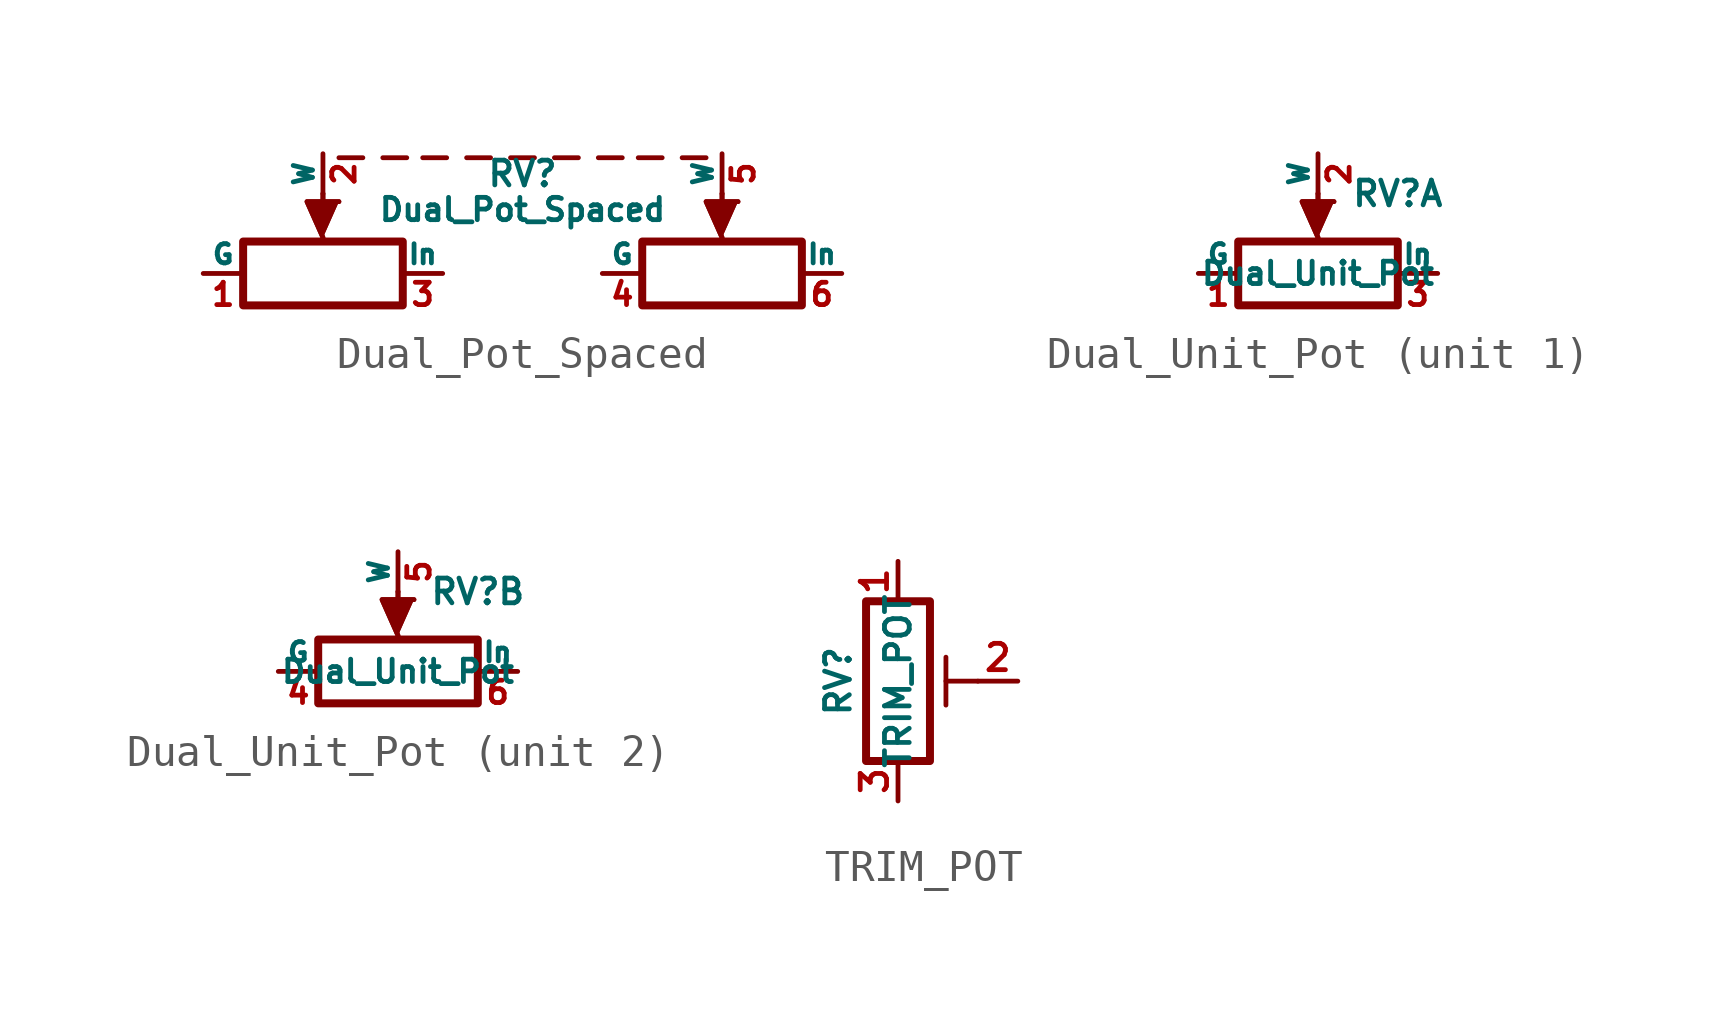
<source format=kicad_sym>
(kicad_symbol_lib
  (version 20220914)
  (generator kicad_symbol_editor)
  (symbol "Dual_Pot_Spaced"
    (pin_names
      (offset 0))
    (property "Reference" "RV"
      (at 0 0.635 0)
      (effects (font (size 0.787 0.787))))
    (property "Value" "Dual_Pot_Spaced"
      (at 0 -0.508 0)
      (effects (font (size 0.711 0.711))))
    (symbol "Dual_Pot_Spaced_0_1"
      (rectangle (start -8.89 -1.524) (end -3.81 -3.556) (stroke (width 0.254) (type solid)) (fill (type none)))
      (polyline (pts (xy -6.35 0) (xy -6.35 -1.016)) (stroke (width 0) (type solid)) (fill (type none)))
      (polyline (pts (xy -6.35 0) (xy -6.35 -1.016)) (stroke (width 0) (type solid)) (fill (type none)))
      (polyline (pts (xy -5.842 1.143) (xy -5.08 1.143)) (stroke (width 0) (type solid)) (fill (type none)))
      (polyline (pts (xy -4.445 1.143) (xy -3.683 1.143)) (stroke (width 0) (type solid)) (fill (type none)))
      (polyline (pts (xy -3.175 1.143) (xy -2.413 1.143)) (stroke (width 0) (type solid)) (fill (type none)))
      (polyline (pts (xy -1.778 1.143) (xy -1.016 1.143)) (stroke (width 0) (type solid)) (fill (type none)))
      (polyline (pts (xy -0.381 1.143) (xy 0.381 1.143)) (stroke (width 0) (type solid)) (fill (type none)))
      (polyline (pts (xy 1.016 1.143) (xy 1.778 1.143)) (stroke (width 0) (type solid)) (fill (type none)))
      (polyline (pts (xy 2.413 1.143) (xy 3.175 1.143)) (stroke (width 0) (type solid)) (fill (type none)))
      (polyline (pts (xy 3.683 1.143) (xy 4.445 1.143)) (stroke (width 0) (type solid)) (fill (type none)))
      (polyline (pts (xy 5.08 1.143) (xy 5.842 1.143)) (stroke (width 0) (type solid)) (fill (type none)))
      (polyline (pts (xy 6.35 0) (xy 6.35 -1.016)) (stroke (width 0) (type solid)) (fill (type none)))
      (polyline (pts (xy 6.35 0) (xy 6.35 -1.016)) (stroke (width 0) (type solid)) (fill (type none)))
      (polyline (pts (xy -6.35 -1.397) (xy -6.858 -0.254) (xy -5.842 -0.254)) (stroke (width 0) (type solid)) (fill (type outline)))
      (polyline (pts (xy -6.35 -1.397) (xy -6.858 -0.254) (xy -5.842 -0.254)) (stroke (width 0) (type solid)) (fill (type outline)))
      (polyline (pts (xy 6.35 -1.397) (xy 5.842 -0.254) (xy 6.858 -0.254)) (stroke (width 0) (type solid)) (fill (type outline)))
      (polyline (pts (xy 6.35 -1.397) (xy 5.842 -0.254) (xy 6.858 -0.254)) (stroke (width 0) (type solid)) (fill (type outline)))
      (rectangle (start 3.81 -1.524) (end 8.89 -3.556) (stroke (width 0.254) (type solid)) (fill (type none))))
    (symbol "Dual_Pot_Spaced_1_1"
      (pin passive line (at -10.16 -2.54 0) (length 1.27) (name "G" (effects (font (size 0.61 0.61)))) (number "1" (effects (font (size 0.711 0.711)))))
      (pin passive line (at -6.35 1.27 270) (length 1.27) (name "W" (effects (font (size 0.61 0.61)))) (number "2" (effects (font (size 0.711 0.711)))))
      (pin passive line (at -2.54 -2.54 180) (length 1.27) (name "In" (effects (font (size 0.61 0.61)))) (number "3" (effects (font (size 0.711 0.711)))))
      (pin passive line (at 2.54 -2.54 0) (length 1.27) (name "G" (effects (font (size 0.61 0.61)))) (number "4" (effects (font (size 0.711 0.711)))))
      (pin passive line (at 6.35 1.27 270) (length 1.27) (name "W" (effects (font (size 0.61 0.61)))) (number "5" (effects (font (size 0.711 0.711)))))
      (pin passive line (at 10.16 -2.54 180) (length 1.27) (name "In" (effects (font (size 0.61 0.61)))) (number "6" (effects (font (size 0.711 0.711)))))))
  (symbol "Dual_Unit_Pot"
    (pin_names
      (offset 0))
    (property "Reference" "RV"
      (at 2.54 0 0)
      (effects (font (size 0.787 0.787))))
    (property "Value" "Dual_Unit_Pot"
      (at 0 -2.54 0)
      (effects (font (size 0.711 0.711))))
    (symbol "Dual_Unit_Pot_0_1"
      (rectangle (start -2.54 -1.524) (end 2.54 -3.556) (stroke (width 0.254) (type solid)) (fill (type none)))
      (polyline (pts (xy 0 0) (xy 0 -1.016)) (stroke (width 0) (type solid)) (fill (type none)))
      (polyline (pts (xy 0 0) (xy 0 -1.016)) (stroke (width 0) (type solid)) (fill (type none)))
      (polyline (pts (xy 0 -1.397) (xy -0.508 -0.254) (xy 0.508 -0.254)) (stroke (width 0) (type solid)) (fill (type outline)))
      (polyline (pts (xy 0 -1.397) (xy -0.508 -0.254) (xy 0.508 -0.254)) (stroke (width 0) (type solid)) (fill (type outline))))
    (symbol "Dual_Unit_Pot_1_1"
      (pin passive line (at -3.81 -2.54 0) (length 1.27) (name "G" (effects (font (size 0.61 0.61)))) (number "1" (effects (font (size 0.711 0.711)))))
      (pin passive line (at 0 1.27 270) (length 1.27) (name "W" (effects (font (size 0.61 0.61)))) (number "2" (effects (font (size 0.711 0.711)))))
      (pin passive line (at 3.81 -2.54 180) (length 1.27) (name "In" (effects (font (size 0.61 0.61)))) (number "3" (effects (font (size 0.711 0.711))))))
    (symbol "Dual_Unit_Pot_2_1"
      (pin passive line (at -3.81 -2.54 0) (length 1.27) (name "G" (effects (font (size 0.61 0.61)))) (number "4" (effects (font (size 0.711 0.711)))))
      (pin passive line (at 0 1.27 270) (length 1.27) (name "W" (effects (font (size 0.61 0.61)))) (number "5" (effects (font (size 0.711 0.711)))))
      (pin passive line (at 3.81 -2.54 180) (length 1.27) (name "In" (effects (font (size 0.61 0.61)))) (number "6" (effects (font (size 0.711 0.711)))))))
  (symbol "TRIM_POT"
    (pin_names
      (offset 1.016) hide)
    (property "Reference" "RV"
      (at -1.905 0 90)
      (effects (font (size 0.787 0.787))))
    (property "Value" "TRIM_POT"
      (at 0 0 90)
      (effects (font (size 0.787 0.787))))
    (symbol "TRIM_POT_0_1"
      (polyline (pts (xy 1.524 0.762) (xy 1.524 -0.762)) (stroke (width 0) (type solid)) (fill (type none)))
      (polyline (pts (xy 2.54 0) (xy 1.524 0)) (stroke (width 0) (type solid)) (fill (type none)))
      (rectangle (start 1.016 2.54) (end -1.016 -2.54) (stroke (width 0.254) (type solid)) (fill (type none))))
    (symbol "TRIM_POT_1_1"
      (pin passive line (at 0 3.81 270) (length 1.27) (name "1" (effects (font (size 1.27 1.27)))) (number "1" (effects (font (size 0.838 0.838)))))
      (pin passive line (at 3.81 0 180) (length 1.27) (name "2" (effects (font (size 1.27 1.27)))) (number "2" (effects (font (size 0.838 0.838)))))
      (pin passive line (at 0 -3.81 90) (length 1.27) (name "3" (effects (font (size 1.27 1.27)))) (number "3" (effects (font (size 0.838 0.838))))))))
</source>
